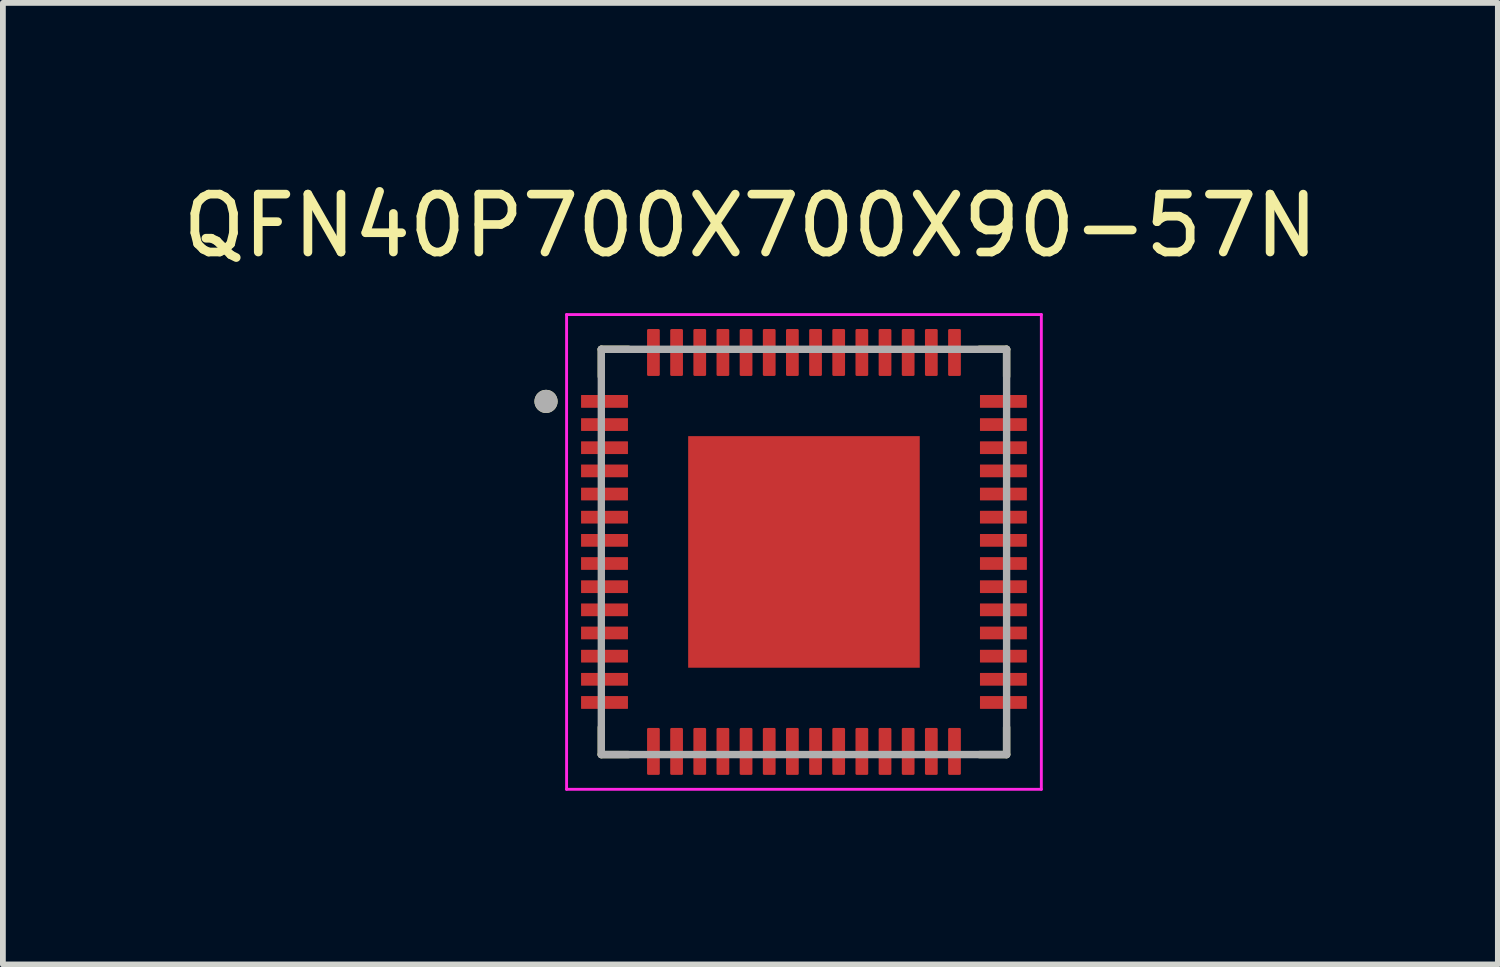
<source format=kicad_pcb>
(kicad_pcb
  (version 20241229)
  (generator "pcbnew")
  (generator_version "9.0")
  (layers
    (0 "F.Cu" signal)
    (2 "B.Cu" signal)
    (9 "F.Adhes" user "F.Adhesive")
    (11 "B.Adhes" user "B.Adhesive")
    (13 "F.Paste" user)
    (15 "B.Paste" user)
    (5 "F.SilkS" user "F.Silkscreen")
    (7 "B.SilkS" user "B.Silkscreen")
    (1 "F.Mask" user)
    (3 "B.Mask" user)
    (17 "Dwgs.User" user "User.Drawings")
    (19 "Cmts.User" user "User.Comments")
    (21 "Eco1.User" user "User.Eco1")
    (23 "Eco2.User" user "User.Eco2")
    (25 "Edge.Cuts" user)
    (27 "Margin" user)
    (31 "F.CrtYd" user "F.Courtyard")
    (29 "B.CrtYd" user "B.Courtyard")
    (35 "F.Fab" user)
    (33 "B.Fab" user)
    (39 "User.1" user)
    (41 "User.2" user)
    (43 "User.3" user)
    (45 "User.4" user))
  (footprint "QFN40P700X700X90-57N"
    (layer "F.Cu")
    (at 10.836 6.483)
    (property "Reference" "QFN40P700X700X90-57N" (at -0.925 -5.635 0) (layer "F.SilkS") (effects (font (size 1 1) (thickness 0.15))))
    (attr through_hole)
    (fp_line (start -3.5 -3.5) (end -3.5 -3.03) (stroke (width 0.127) (type solid)) (layer "F.SilkS"))
    (fp_line (start -3.5 -3.5) (end -3.03 -3.5) (stroke (width 0.127) (type solid)) (layer "F.SilkS"))
    (fp_line (start -3.5 3.5) (end -3.5 3.03) (stroke (width 0.127) (type solid)) (layer "F.SilkS"))
    (fp_line (start -3.5 3.5) (end -3.03 3.5) (stroke (width 0.127) (type solid)) (layer "F.SilkS"))
    (fp_line (start 3.5 -3.5) (end 3.03 -3.5) (stroke (width 0.127) (type solid)) (layer "F.SilkS"))
    (fp_line (start 3.5 -3.5) (end 3.5 -3.03) (stroke (width 0.127) (type solid)) (layer "F.SilkS"))
    (fp_line (start 3.5 3.5) (end 3.03 3.5) (stroke (width 0.127) (type solid)) (layer "F.SilkS"))
    (fp_line (start 3.5 3.5) (end 3.5 3.03) (stroke (width 0.127) (type solid)) (layer "F.SilkS"))
    (fp_circle (center -4.455 -2.6) (end -4.355 -2.6) (stroke (width 0.2) (type solid)) (fill no) (layer "F.SilkS"))
    (fp_poly (pts (xy -1.515 -1.515) (xy -0.245 -1.515) (xy -0.245 -0.245) (xy -1.515 -0.245)) (stroke (width 0.01) (type solid)) (fill yes) (layer "F.Paste"))
    (fp_poly (pts (xy -1.515 0.245) (xy -0.245 0.245) (xy -0.245 1.515) (xy -1.515 1.515)) (stroke (width 0.01) (type solid)) (fill yes) (layer "F.Paste"))
    (fp_poly (pts (xy 0.245 -1.515) (xy 1.515 -1.515) (xy 1.515 -0.245) (xy 0.245 -0.245)) (stroke (width 0.01) (type solid)) (fill yes) (layer "F.Paste"))
    (fp_poly (pts (xy 0.245 0.245) (xy 1.515 0.245) (xy 1.515 1.515) (xy 0.245 1.515)) (stroke (width 0.01) (type solid)) (fill yes) (layer "F.Paste"))
    (fp_line (start -4.1 -4.1) (end 4.1 -4.1) (stroke (width 0.05) (type solid)) (layer "F.CrtYd"))
    (fp_line (start -4.1 4.1) (end -4.1 -4.1) (stroke (width 0.05) (type solid)) (layer "F.CrtYd"))
    (fp_line (start -4.1 4.1) (end 4.1 4.1) (stroke (width 0.05) (type solid)) (layer "F.CrtYd"))
    (fp_line (start 4.1 4.1) (end 4.1 -4.1) (stroke (width 0.05) (type solid)) (layer "F.CrtYd"))
    (fp_line (start -3.5 3.5) (end -3.5 -3.5) (stroke (width 0.127) (type solid)) (layer "F.Fab"))
    (fp_line (start 3.5 -3.5) (end -3.5 -3.5) (stroke (width 0.127) (type solid)) (layer "F.Fab"))
    (fp_line (start 3.5 3.5) (end -3.5 3.5) (stroke (width 0.127) (type solid)) (layer "F.Fab"))
    (fp_line (start 3.5 3.5) (end 3.5 -3.5) (stroke (width 0.127) (type solid)) (layer "F.Fab"))
    (fp_circle (center -4.455 -2.6) (end -4.355 -2.6) (stroke (width 0.2) (type solid)) (fill no) (layer "F.Fab"))
    (pad "1" smd roundrect (at -3.445 -2.6) (size 0.81 0.22) (layers "F.Cu" "F.Mask" "F.Paste") (roundrect_rratio 0.03))
    (pad "2" smd roundrect (at -3.445 -2.2) (size 0.81 0.22) (layers "F.Cu" "F.Mask" "F.Paste") (roundrect_rratio 0.03))
    (pad "3" smd roundrect (at -3.445 -1.8) (size 0.81 0.22) (layers "F.Cu" "F.Mask" "F.Paste") (roundrect_rratio 0.03))
    (pad "4" smd roundrect (at -3.445 -1.4) (size 0.81 0.22) (layers "F.Cu" "F.Mask" "F.Paste") (roundrect_rratio 0.03))
    (pad "5" smd roundrect (at -3.445 -1) (size 0.81 0.22) (layers "F.Cu" "F.Mask" "F.Paste") (roundrect_rratio 0.03))
    (pad "6" smd roundrect (at -3.445 -0.6) (size 0.81 0.22) (layers "F.Cu" "F.Mask" "F.Paste") (roundrect_rratio 0.03))
    (pad "7" smd roundrect (at -3.445 -0.2) (size 0.81 0.22) (layers "F.Cu" "F.Mask" "F.Paste") (roundrect_rratio 0.03))
    (pad "8" smd roundrect (at -3.445 0.2) (size 0.81 0.22) (layers "F.Cu" "F.Mask" "F.Paste") (roundrect_rratio 0.03))
    (pad "9" smd roundrect (at -3.445 0.6) (size 0.81 0.22) (layers "F.Cu" "F.Mask" "F.Paste") (roundrect_rratio 0.03))
    (pad "10" smd roundrect (at -3.445 1) (size 0.81 0.22) (layers "F.Cu" "F.Mask" "F.Paste") (roundrect_rratio 0.03))
    (pad "11" smd roundrect (at -3.445 1.4) (size 0.81 0.22) (layers "F.Cu" "F.Mask" "F.Paste") (roundrect_rratio 0.03))
    (pad "12" smd roundrect (at -3.445 1.8) (size 0.81 0.22) (layers "F.Cu" "F.Mask" "F.Paste") (roundrect_rratio 0.03))
    (pad "13" smd roundrect (at -3.445 2.2) (size 0.81 0.22) (layers "F.Cu" "F.Mask" "F.Paste") (roundrect_rratio 0.03))
    (pad "14" smd roundrect (at -3.445 2.6) (size 0.81 0.22) (layers "F.Cu" "F.Mask" "F.Paste") (roundrect_rratio 0.03))
    (pad "15" smd roundrect (at -2.6 3.445) (size 0.22 0.81) (layers "F.Cu" "F.Mask" "F.Paste") (roundrect_rratio 0.1))
    (pad "16" smd roundrect (at -2.2 3.445) (size 0.22 0.81) (layers "F.Cu" "F.Mask" "F.Paste") (roundrect_rratio 0.1))
    (pad "17" smd roundrect (at -1.8 3.445) (size 0.22 0.81) (layers "F.Cu" "F.Mask" "F.Paste") (roundrect_rratio 0.1))
    (pad "18" smd roundrect (at -1.4 3.445) (size 0.22 0.81) (layers "F.Cu" "F.Mask" "F.Paste") (roundrect_rratio 0.1))
    (pad "19" smd roundrect (at -1 3.445) (size 0.22 0.81) (layers "F.Cu" "F.Mask" "F.Paste") (roundrect_rratio 0.1))
    (pad "20" smd roundrect (at -0.6 3.445) (size 0.22 0.81) (layers "F.Cu" "F.Mask" "F.Paste") (roundrect_rratio 0.1))
    (pad "21" smd roundrect (at -0.2 3.445) (size 0.22 0.81) (layers "F.Cu" "F.Mask" "F.Paste") (roundrect_rratio 0.1))
    (pad "22" smd roundrect (at 0.2 3.445) (size 0.22 0.81) (layers "F.Cu" "F.Mask" "F.Paste") (roundrect_rratio 0.1))
    (pad "23" smd roundrect (at 0.6 3.445) (size 0.22 0.81) (layers "F.Cu" "F.Mask" "F.Paste") (roundrect_rratio 0.1))
    (pad "24" smd roundrect (at 1 3.445) (size 0.22 0.81) (layers "F.Cu" "F.Mask" "F.Paste") (roundrect_rratio 0.1))
    (pad "25" smd roundrect (at 1.4 3.445) (size 0.22 0.81) (layers "F.Cu" "F.Mask" "F.Paste") (roundrect_rratio 0.1))
    (pad "26" smd roundrect (at 1.8 3.445) (size 0.22 0.81) (layers "F.Cu" "F.Mask" "F.Paste") (roundrect_rratio 0.1))
    (pad "27" smd roundrect (at 2.2 3.445) (size 0.22 0.81) (layers "F.Cu" "F.Mask" "F.Paste") (roundrect_rratio 0.1))
    (pad "28" smd roundrect (at 2.6 3.445) (size 0.22 0.81) (layers "F.Cu" "F.Mask" "F.Paste") (roundrect_rratio 0.1))
    (pad "29" smd roundrect (at 3.445 2.6) (size 0.81 0.22) (layers "F.Cu" "F.Mask" "F.Paste") (roundrect_rratio 0.03))
    (pad "30" smd roundrect (at 3.445 2.2) (size 0.81 0.22) (layers "F.Cu" "F.Mask" "F.Paste") (roundrect_rratio 0.03))
    (pad "31" smd roundrect (at 3.445 1.8) (size 0.81 0.22) (layers "F.Cu" "F.Mask" "F.Paste") (roundrect_rratio 0.03))
    (pad "32" smd roundrect (at 3.445 1.4) (size 0.81 0.22) (layers "F.Cu" "F.Mask" "F.Paste") (roundrect_rratio 0.03))
    (pad "33" smd roundrect (at 3.445 1) (size 0.81 0.22) (layers "F.Cu" "F.Mask" "F.Paste") (roundrect_rratio 0.03))
    (pad "34" smd roundrect (at 3.445 0.6) (size 0.81 0.22) (layers "F.Cu" "F.Mask" "F.Paste") (roundrect_rratio 0.03))
    (pad "35" smd roundrect (at 3.445 0.2) (size 0.81 0.22) (layers "F.Cu" "F.Mask" "F.Paste") (roundrect_rratio 0.03))
    (pad "36" smd roundrect (at 3.445 -0.2) (size 0.81 0.22) (layers "F.Cu" "F.Mask" "F.Paste") (roundrect_rratio 0.03))
    (pad "37" smd roundrect (at 3.445 -0.6) (size 0.81 0.22) (layers "F.Cu" "F.Mask" "F.Paste") (roundrect_rratio 0.03))
    (pad "38" smd roundrect (at 3.445 -1) (size 0.81 0.22) (layers "F.Cu" "F.Mask" "F.Paste") (roundrect_rratio 0.03))
    (pad "39" smd roundrect (at 3.445 -1.4) (size 0.81 0.22) (layers "F.Cu" "F.Mask" "F.Paste") (roundrect_rratio 0.03))
    (pad "40" smd roundrect (at 3.445 -1.8) (size 0.81 0.22) (layers "F.Cu" "F.Mask" "F.Paste") (roundrect_rratio 0.03))
    (pad "41" smd roundrect (at 3.445 -2.2) (size 0.81 0.22) (layers "F.Cu" "F.Mask" "F.Paste") (roundrect_rratio 0.03))
    (pad "42" smd roundrect (at 3.445 -2.6) (size 0.81 0.22) (layers "F.Cu" "F.Mask" "F.Paste") (roundrect_rratio 0.03))
    (pad "43" smd roundrect (at 2.6 -3.445) (size 0.22 0.81) (layers "F.Cu" "F.Mask" "F.Paste") (roundrect_rratio 0.1))
    (pad "44" smd roundrect (at 2.2 -3.445) (size 0.22 0.81) (layers "F.Cu" "F.Mask" "F.Paste") (roundrect_rratio 0.1))
    (pad "45" smd roundrect (at 1.8 -3.445) (size 0.22 0.81) (layers "F.Cu" "F.Mask" "F.Paste") (roundrect_rratio 0.1))
    (pad "46" smd roundrect (at 1.4 -3.445) (size 0.22 0.81) (layers "F.Cu" "F.Mask" "F.Paste") (roundrect_rratio 0.1))
    (pad "47" smd roundrect (at 1 -3.445) (size 0.22 0.81) (layers "F.Cu" "F.Mask" "F.Paste") (roundrect_rratio 0.1))
    (pad "48" smd roundrect (at 0.6 -3.445) (size 0.22 0.81) (layers "F.Cu" "F.Mask" "F.Paste") (roundrect_rratio 0.1))
    (pad "49" smd roundrect (at 0.2 -3.445) (size 0.22 0.81) (layers "F.Cu" "F.Mask" "F.Paste") (roundrect_rratio 0.1))
    (pad "50" smd roundrect (at -0.2 -3.445) (size 0.22 0.81) (layers "F.Cu" "F.Mask" "F.Paste") (roundrect_rratio 0.1))
    (pad "51" smd roundrect (at -0.6 -3.445) (size 0.22 0.81) (layers "F.Cu" "F.Mask" "F.Paste") (roundrect_rratio 0.1))
    (pad "52" smd roundrect (at -1 -3.445) (size 0.22 0.81) (layers "F.Cu" "F.Mask" "F.Paste") (roundrect_rratio 0.1))
    (pad "53" smd roundrect (at -1.4 -3.445) (size 0.22 0.81) (layers "F.Cu" "F.Mask" "F.Paste") (roundrect_rratio 0.1))
    (pad "54" smd roundrect (at -1.8 -3.445) (size 0.22 0.81) (layers "F.Cu" "F.Mask" "F.Paste") (roundrect_rratio 0.1))
    (pad "55" smd roundrect (at -2.2 -3.445) (size 0.22 0.81) (layers "F.Cu" "F.Mask" "F.Paste") (roundrect_rratio 0.1))
    (pad "56" smd roundrect (at -2.6 -3.445) (size 0.22 0.81) (layers "F.Cu" "F.Mask" "F.Paste") (roundrect_rratio 0.1))
    (pad "57" smd rect (at 0 0) (size 4 4) (layers "F.Cu" "F.Mask")))
  (gr_rect
    (start -3 -3)
    (end 22.821 13.608)
    (stroke (width 0.1) (type default))
    (fill no)
    (layer "Edge.Cuts")))
</source>
